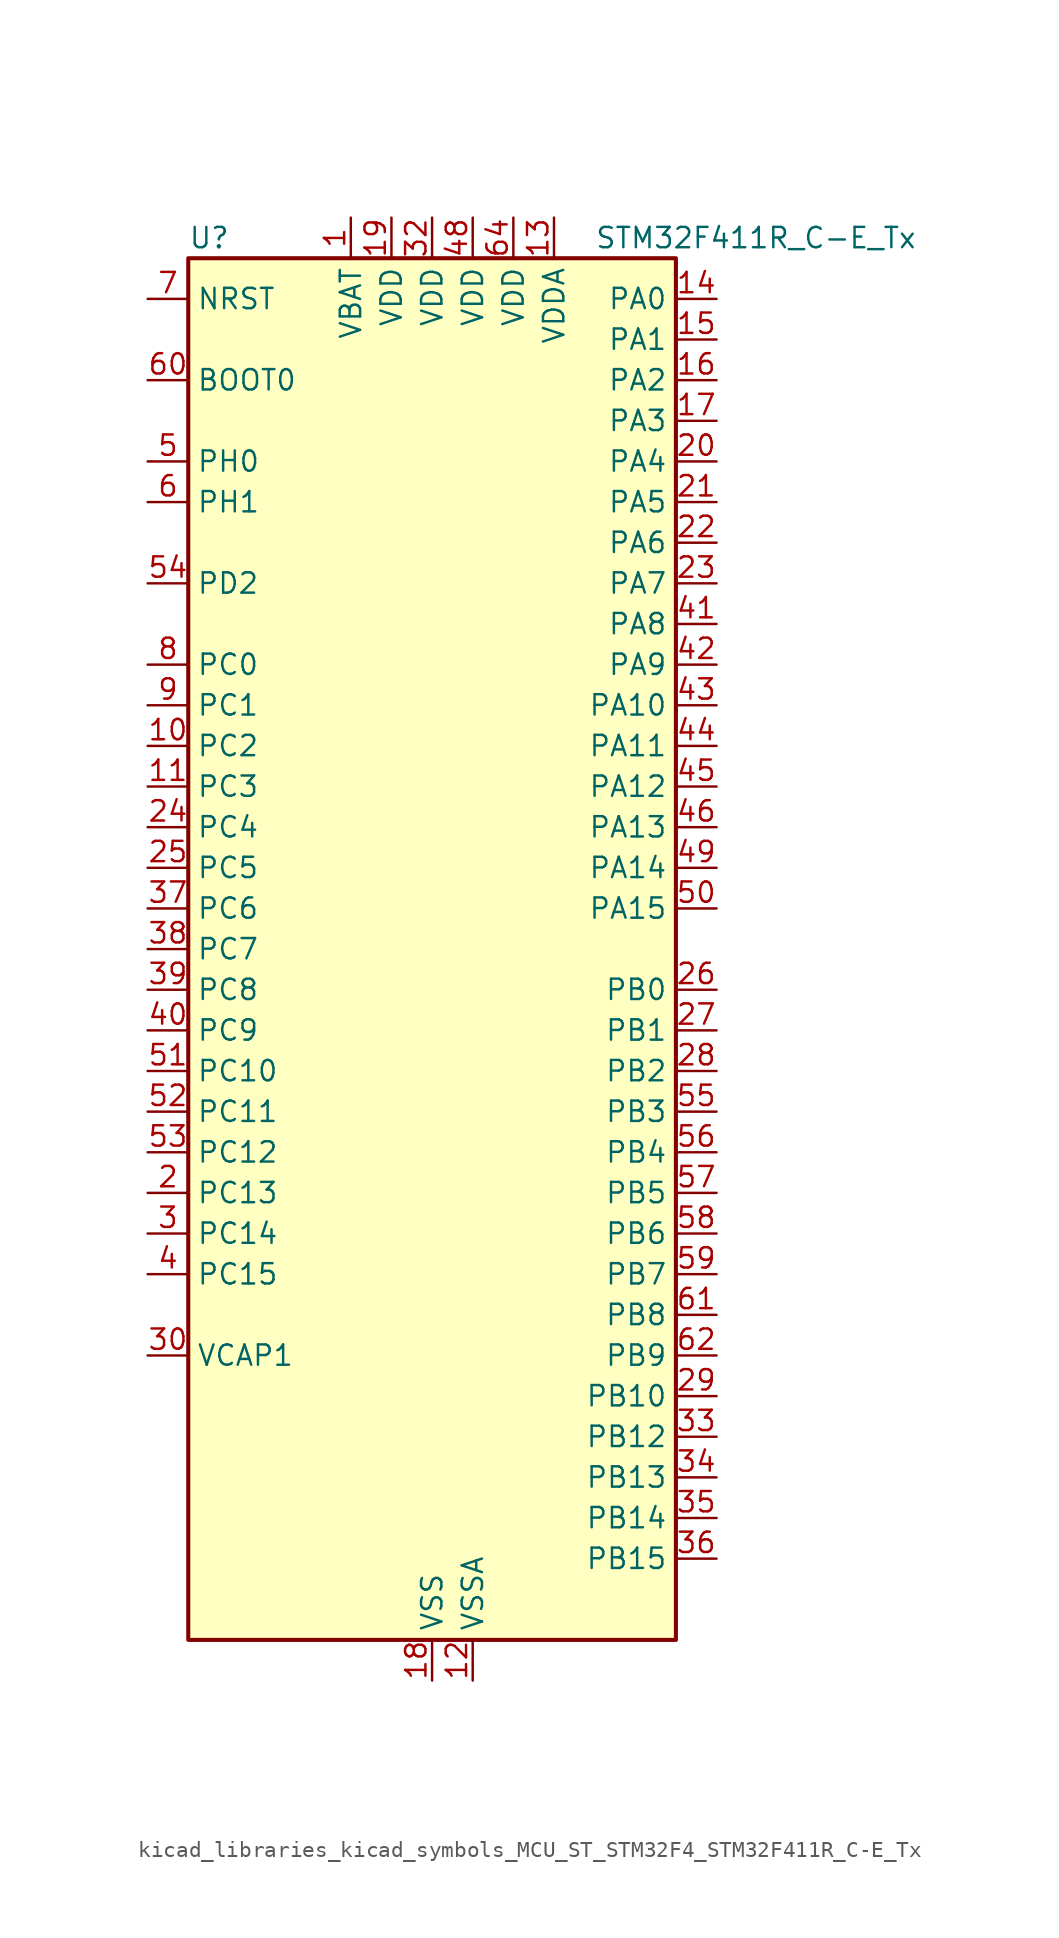
<source format=kicad_sym>
(kicad_symbol_lib
  (version 20220914)
  (generator kicad_symbol_editor)
  (symbol "kicad_libraries_kicad_symbols_MCU_ST_STM32F4_STM32F411R_C-E_Tx"
    (property "Reference" "U"
      (at -15.24 44.45 0)
      (effects (font (size 1.27 1.27)) (justify left)))
    (property "Value" "STM32F411R_C-E_Tx"
      (at 10.16 44.45 0)
      (effects (font (size 1.27 1.27)) (justify left)))
    (property "ki_locked" ""
      (at 0 0 0)
      (effects (font (size 1.27 1.27))))
    (symbol "kicad_libraries_kicad_symbols_MCU_ST_STM32F4_STM32F411R_C-E_Tx_0_1"
      (rectangle (start -15.24 -43.18) (end 15.24 43.18) (stroke (width 0.254) (type default)) (fill (type background))))
    (symbol "kicad_libraries_kicad_symbols_MCU_ST_STM32F4_STM32F411R_C-E_Tx_1_1"
      (pin power_in line (at -5.08 45.72 270) (length 2.54) (name "VBAT" (effects (font (size 1.27 1.27)))) (number "1" (effects (font (size 1.27 1.27)))))
      (pin bidirectional line (at -17.78 12.7 0) (length 2.54) (name "PC2" (effects (font (size 1.27 1.27)))) (number "10" (effects (font (size 1.27 1.27)))) (alternate "ADC1_IN12" bidirectional line) (alternate "I2S2_ext_SD" bidirectional line) (alternate "SPI2_MISO" bidirectional line))
      (pin bidirectional line (at -17.78 10.16 0) (length 2.54) (name "PC3" (effects (font (size 1.27 1.27)))) (number "11" (effects (font (size 1.27 1.27)))) (alternate "ADC1_IN13" bidirectional line) (alternate "I2S2_SD" bidirectional line) (alternate "SPI2_MOSI" bidirectional line))
      (pin power_in line (at 2.54 -45.72 90) (length 2.54) (name "VSSA" (effects (font (size 1.27 1.27)))) (number "12" (effects (font (size 1.27 1.27)))))
      (pin power_in line (at 7.62 45.72 270) (length 2.54) (name "VDDA" (effects (font (size 1.27 1.27)))) (number "13" (effects (font (size 1.27 1.27)))))
      (pin bidirectional line (at 17.78 40.64 180) (length 2.54) (name "PA0" (effects (font (size 1.27 1.27)))) (number "14" (effects (font (size 1.27 1.27)))) (alternate "ADC1_IN0" bidirectional line) (alternate "SYS_WKUP" bidirectional line) (alternate "TIM2_CH1" bidirectional line) (alternate "TIM2_ETR" bidirectional line) (alternate "TIM5_CH1" bidirectional line) (alternate "USART2_CTS" bidirectional line))
      (pin bidirectional line (at 17.78 38.1 180) (length 2.54) (name "PA1" (effects (font (size 1.27 1.27)))) (number "15" (effects (font (size 1.27 1.27)))) (alternate "ADC1_IN1" bidirectional line) (alternate "I2S4_SD" bidirectional line) (alternate "SPI4_MOSI" bidirectional line) (alternate "TIM2_CH2" bidirectional line) (alternate "TIM5_CH2" bidirectional line) (alternate "USART2_RTS" bidirectional line))
      (pin bidirectional line (at 17.78 35.56 180) (length 2.54) (name "PA2" (effects (font (size 1.27 1.27)))) (number "16" (effects (font (size 1.27 1.27)))) (alternate "ADC1_IN2" bidirectional line) (alternate "I2S_CKIN" bidirectional line) (alternate "TIM2_CH3" bidirectional line) (alternate "TIM5_CH3" bidirectional line) (alternate "TIM9_CH1" bidirectional line) (alternate "USART2_TX" bidirectional line))
      (pin bidirectional line (at 17.78 33.02 180) (length 2.54) (name "PA3" (effects (font (size 1.27 1.27)))) (number "17" (effects (font (size 1.27 1.27)))) (alternate "ADC1_IN3" bidirectional line) (alternate "I2S2_MCK" bidirectional line) (alternate "TIM2_CH4" bidirectional line) (alternate "TIM5_CH4" bidirectional line) (alternate "TIM9_CH2" bidirectional line) (alternate "USART2_RX" bidirectional line))
      (pin power_in line (at 0 -45.72 90) (length 2.54) (name "VSS" (effects (font (size 1.27 1.27)))) (number "18" (effects (font (size 1.27 1.27)))))
      (pin power_in line (at -2.54 45.72 270) (length 2.54) (name "VDD" (effects (font (size 1.27 1.27)))) (number "19" (effects (font (size 1.27 1.27)))))
      (pin bidirectional line (at -17.78 -15.24 0) (length 2.54) (name "PC13" (effects (font (size 1.27 1.27)))) (number "2" (effects (font (size 1.27 1.27)))) (alternate "RTC_AF1" bidirectional line))
      (pin bidirectional line (at 17.78 30.48 180) (length 2.54) (name "PA4" (effects (font (size 1.27 1.27)))) (number "20" (effects (font (size 1.27 1.27)))) (alternate "ADC1_IN4" bidirectional line) (alternate "I2S1_WS" bidirectional line) (alternate "I2S3_WS" bidirectional line) (alternate "SPI1_NSS" bidirectional line) (alternate "SPI3_NSS" bidirectional line) (alternate "USART2_CK" bidirectional line))
      (pin bidirectional line (at 17.78 27.94 180) (length 2.54) (name "PA5" (effects (font (size 1.27 1.27)))) (number "21" (effects (font (size 1.27 1.27)))) (alternate "ADC1_IN5" bidirectional line) (alternate "I2S1_CK" bidirectional line) (alternate "SPI1_SCK" bidirectional line) (alternate "TIM2_CH1" bidirectional line) (alternate "TIM2_ETR" bidirectional line))
      (pin bidirectional line (at 17.78 25.4 180) (length 2.54) (name "PA6" (effects (font (size 1.27 1.27)))) (number "22" (effects (font (size 1.27 1.27)))) (alternate "ADC1_IN6" bidirectional line) (alternate "I2S2_MCK" bidirectional line) (alternate "SDIO_CMD" bidirectional line) (alternate "SPI1_MISO" bidirectional line) (alternate "TIM1_BKIN" bidirectional line) (alternate "TIM3_CH1" bidirectional line))
      (pin bidirectional line (at 17.78 22.86 180) (length 2.54) (name "PA7" (effects (font (size 1.27 1.27)))) (number "23" (effects (font (size 1.27 1.27)))) (alternate "ADC1_IN7" bidirectional line) (alternate "I2S1_SD" bidirectional line) (alternate "SPI1_MOSI" bidirectional line) (alternate "TIM1_CH1N" bidirectional line) (alternate "TIM3_CH2" bidirectional line))
      (pin bidirectional line (at -17.78 7.62 0) (length 2.54) (name "PC4" (effects (font (size 1.27 1.27)))) (number "24" (effects (font (size 1.27 1.27)))) (alternate "ADC1_IN14" bidirectional line))
      (pin bidirectional line (at -17.78 5.08 0) (length 2.54) (name "PC5" (effects (font (size 1.27 1.27)))) (number "25" (effects (font (size 1.27 1.27)))) (alternate "ADC1_IN15" bidirectional line))
      (pin bidirectional line (at 17.78 -2.54 180) (length 2.54) (name "PB0" (effects (font (size 1.27 1.27)))) (number "26" (effects (font (size 1.27 1.27)))) (alternate "ADC1_IN8" bidirectional line) (alternate "I2S5_CK" bidirectional line) (alternate "SPI5_SCK" bidirectional line) (alternate "TIM1_CH2N" bidirectional line) (alternate "TIM3_CH3" bidirectional line))
      (pin bidirectional line (at 17.78 -5.08 180) (length 2.54) (name "PB1" (effects (font (size 1.27 1.27)))) (number "27" (effects (font (size 1.27 1.27)))) (alternate "ADC1_IN9" bidirectional line) (alternate "I2S5_WS" bidirectional line) (alternate "SPI5_NSS" bidirectional line) (alternate "TIM1_CH3N" bidirectional line) (alternate "TIM3_CH4" bidirectional line))
      (pin bidirectional line (at 17.78 -7.62 180) (length 2.54) (name "PB2" (effects (font (size 1.27 1.27)))) (number "28" (effects (font (size 1.27 1.27)))))
      (pin bidirectional line (at 17.78 -27.94 180) (length 2.54) (name "PB10" (effects (font (size 1.27 1.27)))) (number "29" (effects (font (size 1.27 1.27)))) (alternate "I2C2_SCL" bidirectional line) (alternate "I2S2_CK" bidirectional line) (alternate "I2S3_MCK" bidirectional line) (alternate "SDIO_D7" bidirectional line) (alternate "SPI2_SCK" bidirectional line) (alternate "TIM2_CH3" bidirectional line))
      (pin bidirectional line (at -17.78 -17.78 0) (length 2.54) (name "PC14" (effects (font (size 1.27 1.27)))) (number "3" (effects (font (size 1.27 1.27)))) (alternate "RCC_OSC32_IN" bidirectional line))
      (pin power_out line (at -17.78 -25.4 0) (length 2.54) (name "VCAP1" (effects (font (size 1.27 1.27)))) (number "30" (effects (font (size 1.27 1.27)))))
      (pin passive line (at 0 -45.72 90) (length 2.54) hide (name "VSS" (effects (font (size 1.27 1.27)))) (number "31" (effects (font (size 1.27 1.27)))))
      (pin power_in line (at 0 45.72 270) (length 2.54) (name "VDD" (effects (font (size 1.27 1.27)))) (number "32" (effects (font (size 1.27 1.27)))))
      (pin bidirectional line (at 17.78 -30.48 180) (length 2.54) (name "PB12" (effects (font (size 1.27 1.27)))) (number "33" (effects (font (size 1.27 1.27)))) (alternate "I2C2_SMBA" bidirectional line) (alternate "I2S2_WS" bidirectional line) (alternate "I2S3_CK" bidirectional line) (alternate "I2S4_WS" bidirectional line) (alternate "SPI2_NSS" bidirectional line) (alternate "SPI3_SCK" bidirectional line) (alternate "SPI4_NSS" bidirectional line) (alternate "TIM1_BKIN" bidirectional line))
      (pin bidirectional line (at 17.78 -33.02 180) (length 2.54) (name "PB13" (effects (font (size 1.27 1.27)))) (number "34" (effects (font (size 1.27 1.27)))) (alternate "I2S2_CK" bidirectional line) (alternate "I2S4_CK" bidirectional line) (alternate "SPI2_SCK" bidirectional line) (alternate "SPI4_SCK" bidirectional line) (alternate "TIM1_CH1N" bidirectional line))
      (pin bidirectional line (at 17.78 -35.56 180) (length 2.54) (name "PB14" (effects (font (size 1.27 1.27)))) (number "35" (effects (font (size 1.27 1.27)))) (alternate "I2S2_ext_SD" bidirectional line) (alternate "SDIO_D6" bidirectional line) (alternate "SPI2_MISO" bidirectional line) (alternate "TIM1_CH2N" bidirectional line))
      (pin bidirectional line (at 17.78 -38.1 180) (length 2.54) (name "PB15" (effects (font (size 1.27 1.27)))) (number "36" (effects (font (size 1.27 1.27)))) (alternate "ADC1_EXTI15" bidirectional line) (alternate "I2S2_SD" bidirectional line) (alternate "RTC_REFIN" bidirectional line) (alternate "SDIO_CK" bidirectional line) (alternate "SPI2_MOSI" bidirectional line) (alternate "TIM1_CH3N" bidirectional line))
      (pin bidirectional line (at -17.78 2.54 0) (length 2.54) (name "PC6" (effects (font (size 1.27 1.27)))) (number "37" (effects (font (size 1.27 1.27)))) (alternate "I2S2_MCK" bidirectional line) (alternate "SDIO_D6" bidirectional line) (alternate "TIM3_CH1" bidirectional line) (alternate "USART6_TX" bidirectional line))
      (pin bidirectional line (at -17.78 0 0) (length 2.54) (name "PC7" (effects (font (size 1.27 1.27)))) (number "38" (effects (font (size 1.27 1.27)))) (alternate "I2S2_CK" bidirectional line) (alternate "I2S3_MCK" bidirectional line) (alternate "SDIO_D7" bidirectional line) (alternate "SPI2_SCK" bidirectional line) (alternate "TIM3_CH2" bidirectional line) (alternate "USART6_RX" bidirectional line))
      (pin bidirectional line (at -17.78 -2.54 0) (length 2.54) (name "PC8" (effects (font (size 1.27 1.27)))) (number "39" (effects (font (size 1.27 1.27)))) (alternate "SDIO_D0" bidirectional line) (alternate "TIM3_CH3" bidirectional line) (alternate "USART6_CK" bidirectional line))
      (pin bidirectional line (at -17.78 -20.32 0) (length 2.54) (name "PC15" (effects (font (size 1.27 1.27)))) (number "4" (effects (font (size 1.27 1.27)))) (alternate "ADC1_EXTI15" bidirectional line) (alternate "RCC_OSC32_OUT" bidirectional line))
      (pin bidirectional line (at -17.78 -5.08 0) (length 2.54) (name "PC9" (effects (font (size 1.27 1.27)))) (number "40" (effects (font (size 1.27 1.27)))) (alternate "I2C3_SDA" bidirectional line) (alternate "I2S_CKIN" bidirectional line) (alternate "RCC_MCO_2" bidirectional line) (alternate "SDIO_D1" bidirectional line) (alternate "TIM3_CH4" bidirectional line))
      (pin bidirectional line (at 17.78 20.32 180) (length 2.54) (name "PA8" (effects (font (size 1.27 1.27)))) (number "41" (effects (font (size 1.27 1.27)))) (alternate "I2C3_SCL" bidirectional line) (alternate "RCC_MCO_1" bidirectional line) (alternate "SDIO_D1" bidirectional line) (alternate "TIM1_CH1" bidirectional line) (alternate "USART1_CK" bidirectional line) (alternate "USB_OTG_FS_SOF" bidirectional line))
      (pin bidirectional line (at 17.78 17.78 180) (length 2.54) (name "PA9" (effects (font (size 1.27 1.27)))) (number "42" (effects (font (size 1.27 1.27)))) (alternate "I2C3_SMBA" bidirectional line) (alternate "SDIO_D2" bidirectional line) (alternate "TIM1_CH2" bidirectional line) (alternate "USART1_TX" bidirectional line) (alternate "USB_OTG_FS_VBUS" bidirectional line))
      (pin bidirectional line (at 17.78 15.24 180) (length 2.54) (name "PA10" (effects (font (size 1.27 1.27)))) (number "43" (effects (font (size 1.27 1.27)))) (alternate "I2S5_SD" bidirectional line) (alternate "SPI5_MOSI" bidirectional line) (alternate "TIM1_CH3" bidirectional line) (alternate "USART1_RX" bidirectional line) (alternate "USB_OTG_FS_ID" bidirectional line))
      (pin bidirectional line (at 17.78 12.7 180) (length 2.54) (name "PA11" (effects (font (size 1.27 1.27)))) (number "44" (effects (font (size 1.27 1.27)))) (alternate "ADC1_EXTI11" bidirectional line) (alternate "SPI4_MISO" bidirectional line) (alternate "TIM1_CH4" bidirectional line) (alternate "USART1_CTS" bidirectional line) (alternate "USART6_TX" bidirectional line) (alternate "USB_OTG_FS_DM" bidirectional line))
      (pin bidirectional line (at 17.78 10.16 180) (length 2.54) (name "PA12" (effects (font (size 1.27 1.27)))) (number "45" (effects (font (size 1.27 1.27)))) (alternate "SPI5_MISO" bidirectional line) (alternate "TIM1_ETR" bidirectional line) (alternate "USART1_RTS" bidirectional line) (alternate "USART6_RX" bidirectional line) (alternate "USB_OTG_FS_DP" bidirectional line))
      (pin bidirectional line (at 17.78 7.62 180) (length 2.54) (name "PA13" (effects (font (size 1.27 1.27)))) (number "46" (effects (font (size 1.27 1.27)))) (alternate "SYS_JTMS-SWDIO" bidirectional line))
      (pin passive line (at 0 -45.72 90) (length 2.54) hide (name "VSS" (effects (font (size 1.27 1.27)))) (number "47" (effects (font (size 1.27 1.27)))))
      (pin power_in line (at 2.54 45.72 270) (length 2.54) (name "VDD" (effects (font (size 1.27 1.27)))) (number "48" (effects (font (size 1.27 1.27)))))
      (pin bidirectional line (at 17.78 5.08 180) (length 2.54) (name "PA14" (effects (font (size 1.27 1.27)))) (number "49" (effects (font (size 1.27 1.27)))) (alternate "SYS_JTCK-SWCLK" bidirectional line))
      (pin bidirectional line (at -17.78 30.48 0) (length 2.54) (name "PH0" (effects (font (size 1.27 1.27)))) (number "5" (effects (font (size 1.27 1.27)))) (alternate "RCC_OSC_IN" bidirectional line))
      (pin bidirectional line (at 17.78 2.54 180) (length 2.54) (name "PA15" (effects (font (size 1.27 1.27)))) (number "50" (effects (font (size 1.27 1.27)))) (alternate "ADC1_EXTI15" bidirectional line) (alternate "I2S1_WS" bidirectional line) (alternate "I2S3_WS" bidirectional line) (alternate "SPI1_NSS" bidirectional line) (alternate "SPI3_NSS" bidirectional line) (alternate "SYS_JTDI" bidirectional line) (alternate "TIM2_CH1" bidirectional line) (alternate "TIM2_ETR" bidirectional line) (alternate "USART1_TX" bidirectional line))
      (pin bidirectional line (at -17.78 -7.62 0) (length 2.54) (name "PC10" (effects (font (size 1.27 1.27)))) (number "51" (effects (font (size 1.27 1.27)))) (alternate "I2S3_CK" bidirectional line) (alternate "SDIO_D2" bidirectional line) (alternate "SPI3_SCK" bidirectional line))
      (pin bidirectional line (at -17.78 -10.16 0) (length 2.54) (name "PC11" (effects (font (size 1.27 1.27)))) (number "52" (effects (font (size 1.27 1.27)))) (alternate "ADC1_EXTI11" bidirectional line) (alternate "I2S3_ext_SD" bidirectional line) (alternate "SDIO_D3" bidirectional line) (alternate "SPI3_MISO" bidirectional line))
      (pin bidirectional line (at -17.78 -12.7 0) (length 2.54) (name "PC12" (effects (font (size 1.27 1.27)))) (number "53" (effects (font (size 1.27 1.27)))) (alternate "I2S3_SD" bidirectional line) (alternate "SDIO_CK" bidirectional line) (alternate "SPI3_MOSI" bidirectional line))
      (pin bidirectional line (at -17.78 22.86 0) (length 2.54) (name "PD2" (effects (font (size 1.27 1.27)))) (number "54" (effects (font (size 1.27 1.27)))) (alternate "SDIO_CMD" bidirectional line) (alternate "TIM3_ETR" bidirectional line))
      (pin bidirectional line (at 17.78 -10.16 180) (length 2.54) (name "PB3" (effects (font (size 1.27 1.27)))) (number "55" (effects (font (size 1.27 1.27)))) (alternate "I2C2_SDA" bidirectional line) (alternate "I2S1_CK" bidirectional line) (alternate "I2S3_CK" bidirectional line) (alternate "SPI1_SCK" bidirectional line) (alternate "SPI3_SCK" bidirectional line) (alternate "SYS_JTDO-SWO" bidirectional line) (alternate "TIM2_CH2" bidirectional line) (alternate "USART1_RX" bidirectional line))
      (pin bidirectional line (at 17.78 -12.7 180) (length 2.54) (name "PB4" (effects (font (size 1.27 1.27)))) (number "56" (effects (font (size 1.27 1.27)))) (alternate "I2C3_SDA" bidirectional line) (alternate "I2S3_ext_SD" bidirectional line) (alternate "SDIO_D0" bidirectional line) (alternate "SPI1_MISO" bidirectional line) (alternate "SPI3_MISO" bidirectional line) (alternate "SYS_JTRST" bidirectional line) (alternate "TIM3_CH1" bidirectional line))
      (pin bidirectional line (at 17.78 -15.24 180) (length 2.54) (name "PB5" (effects (font (size 1.27 1.27)))) (number "57" (effects (font (size 1.27 1.27)))) (alternate "I2C1_SMBA" bidirectional line) (alternate "I2S1_SD" bidirectional line) (alternate "I2S3_SD" bidirectional line) (alternate "SDIO_D3" bidirectional line) (alternate "SPI1_MOSI" bidirectional line) (alternate "SPI3_MOSI" bidirectional line) (alternate "TIM3_CH2" bidirectional line))
      (pin bidirectional line (at 17.78 -17.78 180) (length 2.54) (name "PB6" (effects (font (size 1.27 1.27)))) (number "58" (effects (font (size 1.27 1.27)))) (alternate "I2C1_SCL" bidirectional line) (alternate "TIM4_CH1" bidirectional line) (alternate "USART1_TX" bidirectional line))
      (pin bidirectional line (at 17.78 -20.32 180) (length 2.54) (name "PB7" (effects (font (size 1.27 1.27)))) (number "59" (effects (font (size 1.27 1.27)))) (alternate "I2C1_SDA" bidirectional line) (alternate "SDIO_D0" bidirectional line) (alternate "TIM4_CH2" bidirectional line) (alternate "USART1_RX" bidirectional line))
      (pin bidirectional line (at -17.78 27.94 0) (length 2.54) (name "PH1" (effects (font (size 1.27 1.27)))) (number "6" (effects (font (size 1.27 1.27)))) (alternate "RCC_OSC_OUT" bidirectional line))
      (pin input line (at -17.78 35.56 0) (length 2.54) (name "BOOT0" (effects (font (size 1.27 1.27)))) (number "60" (effects (font (size 1.27 1.27)))))
      (pin bidirectional line (at 17.78 -22.86 180) (length 2.54) (name "PB8" (effects (font (size 1.27 1.27)))) (number "61" (effects (font (size 1.27 1.27)))) (alternate "I2C1_SCL" bidirectional line) (alternate "I2C3_SDA" bidirectional line) (alternate "I2S5_SD" bidirectional line) (alternate "SDIO_D4" bidirectional line) (alternate "SPI5_MOSI" bidirectional line) (alternate "TIM10_CH1" bidirectional line) (alternate "TIM4_CH3" bidirectional line))
      (pin bidirectional line (at 17.78 -25.4 180) (length 2.54) (name "PB9" (effects (font (size 1.27 1.27)))) (number "62" (effects (font (size 1.27 1.27)))) (alternate "I2C1_SDA" bidirectional line) (alternate "I2C2_SDA" bidirectional line) (alternate "I2S2_WS" bidirectional line) (alternate "SDIO_D5" bidirectional line) (alternate "SPI2_NSS" bidirectional line) (alternate "TIM11_CH1" bidirectional line) (alternate "TIM4_CH4" bidirectional line))
      (pin passive line (at 0 -45.72 90) (length 2.54) hide (name "VSS" (effects (font (size 1.27 1.27)))) (number "63" (effects (font (size 1.27 1.27)))))
      (pin power_in line (at 5.08 45.72 270) (length 2.54) (name "VDD" (effects (font (size 1.27 1.27)))) (number "64" (effects (font (size 1.27 1.27)))))
      (pin input line (at -17.78 40.64 0) (length 2.54) (name "NRST" (effects (font (size 1.27 1.27)))) (number "7" (effects (font (size 1.27 1.27)))))
      (pin bidirectional line (at -17.78 17.78 0) (length 2.54) (name "PC0" (effects (font (size 1.27 1.27)))) (number "8" (effects (font (size 1.27 1.27)))) (alternate "ADC1_IN10" bidirectional line))
      (pin bidirectional line (at -17.78 15.24 0) (length 2.54) (name "PC1" (effects (font (size 1.27 1.27)))) (number "9" (effects (font (size 1.27 1.27)))) (alternate "ADC1_IN11" bidirectional line)))))
</source>
